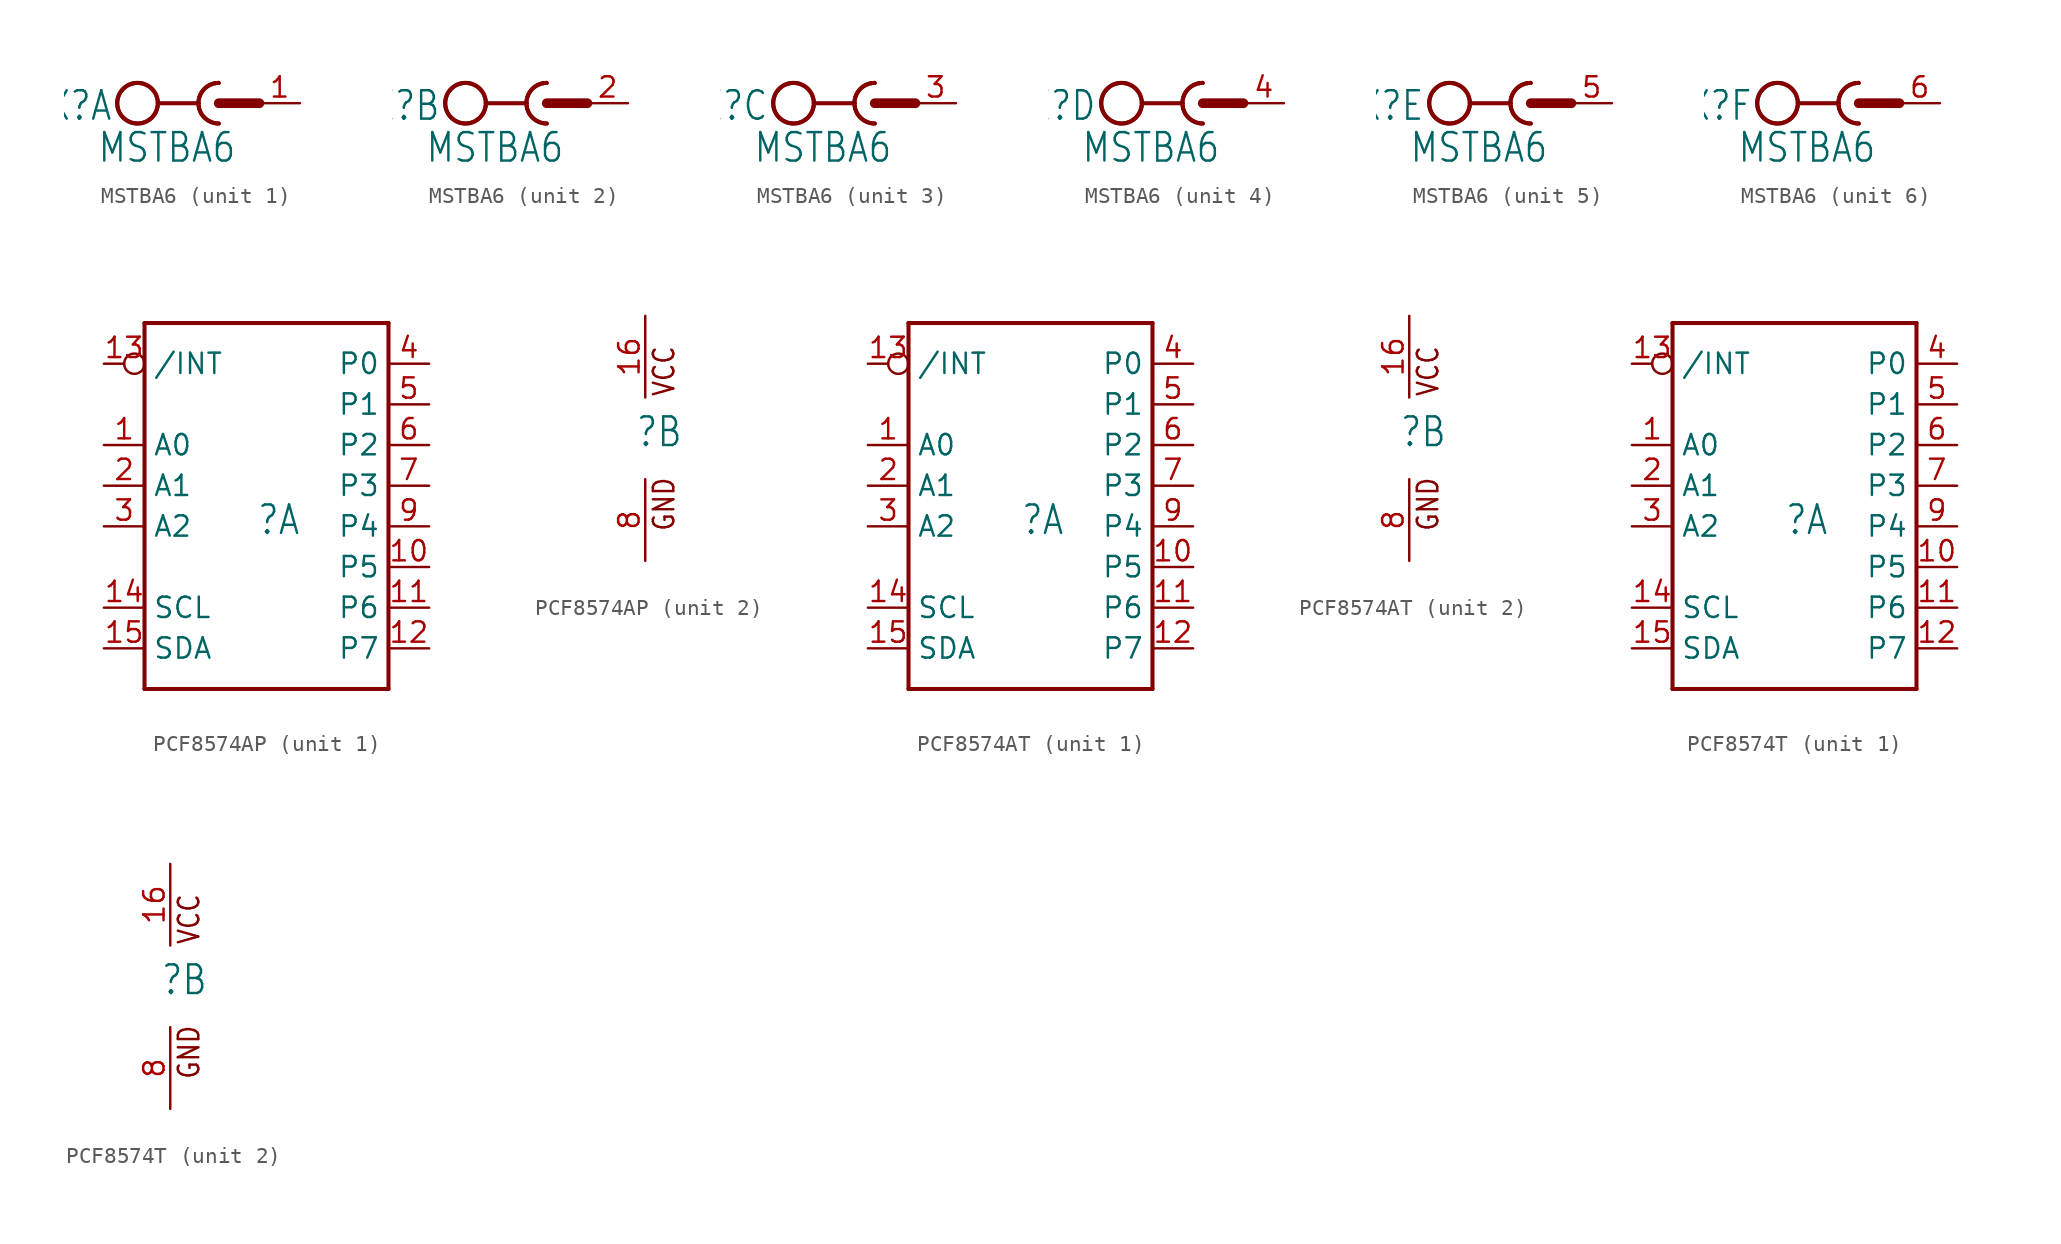
<source format=kicad_sym>
(kicad_symbol_lib
  (version 20220331)
  (generator kicad_symbol_editor)
  (symbol "MSTBA6"
    (property "Reference" "X"
      (at -6.604 0.889 0)
      (effects (font (size 1.778 1.511)) (justify right top)))
    (property "Value" "MSTBA6"
      (at -7.62 -3.81 0)
      (effects (font (size 1.778 1.511)) (justify left bottom)))
    (property "ki_locked" ""
      (at 0 0 0)
      (effects (font (size 1.27 1.27))))
    (symbol "MSTBA6_1_0"
      (circle (center -5.08 0) (radius 1.27) (stroke (width 0.254) (type solid)) (fill (type none)))
      (circle (center -5.08 0) (radius 1.27) (stroke (width 0.254) (type solid)) (fill (type none)))
      (arc (start -1.27 0) (mid -0.898 -0.898) (end 0 -1.27) (stroke (width 0.254) (type solid)) (fill (type none)))
      (polyline (pts (xy -3.81 0) (xy -1.27 0)) (stroke (width 0.254) (type solid)) (fill (type none)))
      (polyline (pts (xy 0 0) (xy 2.54 0)) (stroke (width 0.61) (type solid)) (fill (type none)))
      (arc (start 0 1.27) (mid -0.898 0.898) (end -1.27 0) (stroke (width 0.254) (type solid)) (fill (type none)))
      (arc (start 0 1.27) (mid -1.27 0) (end 0 -1.27) (stroke (width 0.254) (type solid)) (fill (type none)))
      (pin passive line (at 5.08 0 180) (length 2.54) (name "1" (effects (font (size 0 0)))) (number "1" (effects (font (size 1.27 1.27))))))
    (symbol "MSTBA6_2_0"
      (circle (center -5.08 0) (radius 1.27) (stroke (width 0.254) (type solid)) (fill (type none)))
      (circle (center -5.08 0) (radius 1.27) (stroke (width 0.254) (type solid)) (fill (type none)))
      (arc (start -1.27 0) (mid -0.898 -0.898) (end 0 -1.27) (stroke (width 0.254) (type solid)) (fill (type none)))
      (polyline (pts (xy -3.81 0) (xy -1.27 0)) (stroke (width 0.254) (type solid)) (fill (type none)))
      (polyline (pts (xy 0 0) (xy 2.54 0)) (stroke (width 0.61) (type solid)) (fill (type none)))
      (arc (start 0 1.27) (mid -0.898 0.898) (end -1.27 0) (stroke (width 0.254) (type solid)) (fill (type none)))
      (arc (start 0 1.27) (mid -1.27 0) (end 0 -1.27) (stroke (width 0.254) (type solid)) (fill (type none)))
      (pin passive line (at 5.08 0 180) (length 2.54) (name "1" (effects (font (size 0 0)))) (number "2" (effects (font (size 1.27 1.27))))))
    (symbol "MSTBA6_3_0"
      (circle (center -5.08 0) (radius 1.27) (stroke (width 0.254) (type solid)) (fill (type none)))
      (circle (center -5.08 0) (radius 1.27) (stroke (width 0.254) (type solid)) (fill (type none)))
      (arc (start -1.27 0) (mid -0.898 -0.898) (end 0 -1.27) (stroke (width 0.254) (type solid)) (fill (type none)))
      (polyline (pts (xy -3.81 0) (xy -1.27 0)) (stroke (width 0.254) (type solid)) (fill (type none)))
      (polyline (pts (xy 0 0) (xy 2.54 0)) (stroke (width 0.61) (type solid)) (fill (type none)))
      (arc (start 0 1.27) (mid -0.898 0.898) (end -1.27 0) (stroke (width 0.254) (type solid)) (fill (type none)))
      (arc (start 0 1.27) (mid -1.27 0) (end 0 -1.27) (stroke (width 0.254) (type solid)) (fill (type none)))
      (pin passive line (at 5.08 0 180) (length 2.54) (name "1" (effects (font (size 0 0)))) (number "3" (effects (font (size 1.27 1.27))))))
    (symbol "MSTBA6_4_0"
      (circle (center -5.08 0) (radius 1.27) (stroke (width 0.254) (type solid)) (fill (type none)))
      (circle (center -5.08 0) (radius 1.27) (stroke (width 0.254) (type solid)) (fill (type none)))
      (arc (start -1.27 0) (mid -0.898 -0.898) (end 0 -1.27) (stroke (width 0.254) (type solid)) (fill (type none)))
      (polyline (pts (xy -3.81 0) (xy -1.27 0)) (stroke (width 0.254) (type solid)) (fill (type none)))
      (polyline (pts (xy 0 0) (xy 2.54 0)) (stroke (width 0.61) (type solid)) (fill (type none)))
      (arc (start 0 1.27) (mid -0.898 0.898) (end -1.27 0) (stroke (width 0.254) (type solid)) (fill (type none)))
      (arc (start 0 1.27) (mid -1.27 0) (end 0 -1.27) (stroke (width 0.254) (type solid)) (fill (type none)))
      (pin passive line (at 5.08 0 180) (length 2.54) (name "1" (effects (font (size 0 0)))) (number "4" (effects (font (size 1.27 1.27))))))
    (symbol "MSTBA6_5_0"
      (circle (center -5.08 0) (radius 1.27) (stroke (width 0.254) (type solid)) (fill (type none)))
      (circle (center -5.08 0) (radius 1.27) (stroke (width 0.254) (type solid)) (fill (type none)))
      (arc (start -1.27 0) (mid -0.898 -0.898) (end 0 -1.27) (stroke (width 0.254) (type solid)) (fill (type none)))
      (polyline (pts (xy -3.81 0) (xy -1.27 0)) (stroke (width 0.254) (type solid)) (fill (type none)))
      (polyline (pts (xy 0 0) (xy 2.54 0)) (stroke (width 0.61) (type solid)) (fill (type none)))
      (arc (start 0 1.27) (mid -0.898 0.898) (end -1.27 0) (stroke (width 0.254) (type solid)) (fill (type none)))
      (arc (start 0 1.27) (mid -1.27 0) (end 0 -1.27) (stroke (width 0.254) (type solid)) (fill (type none)))
      (pin passive line (at 5.08 0 180) (length 2.54) (name "1" (effects (font (size 0 0)))) (number "5" (effects (font (size 1.27 1.27))))))
    (symbol "MSTBA6_6_0"
      (circle (center -5.08 0) (radius 1.27) (stroke (width 0.254) (type solid)) (fill (type none)))
      (circle (center -5.08 0) (radius 1.27) (stroke (width 0.254) (type solid)) (fill (type none)))
      (arc (start -1.27 0) (mid -0.898 -0.898) (end 0 -1.27) (stroke (width 0.254) (type solid)) (fill (type none)))
      (polyline (pts (xy -3.81 0) (xy -1.27 0)) (stroke (width 0.254) (type solid)) (fill (type none)))
      (polyline (pts (xy 0 0) (xy 2.54 0)) (stroke (width 0.61) (type solid)) (fill (type none)))
      (arc (start 0 1.27) (mid -0.898 0.898) (end -1.27 0) (stroke (width 0.254) (type solid)) (fill (type none)))
      (arc (start 0 1.27) (mid -1.27 0) (end 0 -1.27) (stroke (width 0.254) (type solid)) (fill (type none)))
      (pin passive line (at 5.08 0 180) (length 2.54) (name "1" (effects (font (size 0 0)))) (number "6" (effects (font (size 1.27 1.27)))))))
  (symbol "PCF8574AP"
    (property "Reference" ""
      (at -0.635 -0.635 0)
      (effects (font (size 1.778 1.511)) (justify left bottom)))
    (property "ki_locked" ""
      (at 0 0 0)
      (effects (font (size 1.27 1.27))))
    (symbol "PCF8574AP_1_0"
      (polyline (pts (xy -7.62 -10.16) (xy 7.62 -10.16)) (stroke (width 0.254) (type solid)) (fill (type none)))
      (polyline (pts (xy -7.62 12.7) (xy -7.62 -10.16)) (stroke (width 0.254) (type solid)) (fill (type none)))
      (polyline (pts (xy 7.62 -10.16) (xy 7.62 12.7)) (stroke (width 0.254) (type solid)) (fill (type none)))
      (polyline (pts (xy 7.62 12.7) (xy -7.62 12.7)) (stroke (width 0.254) (type solid)) (fill (type none)))
      (pin input line (at -10.16 5.08 0) (length 2.54) (name "A0" (effects (font (size 1.27 1.27)))) (number "1" (effects (font (size 1.27 1.27)))))
      (pin bidirectional line (at 10.16 -2.54 180) (length 2.54) (name "P5" (effects (font (size 1.27 1.27)))) (number "10" (effects (font (size 1.27 1.27)))))
      (pin bidirectional line (at 10.16 -5.08 180) (length 2.54) (name "P6" (effects (font (size 1.27 1.27)))) (number "11" (effects (font (size 1.27 1.27)))))
      (pin bidirectional line (at 10.16 -7.62 180) (length 2.54) (name "P7" (effects (font (size 1.27 1.27)))) (number "12" (effects (font (size 1.27 1.27)))))
      (pin output inverted (at -10.16 10.16 0) (length 2.54) (name "/INT" (effects (font (size 1.27 1.27)))) (number "13" (effects (font (size 1.27 1.27)))))
      (pin input line (at -10.16 -5.08 0) (length 2.54) (name "SCL" (effects (font (size 1.27 1.27)))) (number "14" (effects (font (size 1.27 1.27)))))
      (pin bidirectional line (at -10.16 -7.62 0) (length 2.54) (name "SDA" (effects (font (size 1.27 1.27)))) (number "15" (effects (font (size 1.27 1.27)))))
      (pin input line (at -10.16 2.54 0) (length 2.54) (name "A1" (effects (font (size 1.27 1.27)))) (number "2" (effects (font (size 1.27 1.27)))))
      (pin input line (at -10.16 0 0) (length 2.54) (name "A2" (effects (font (size 1.27 1.27)))) (number "3" (effects (font (size 1.27 1.27)))))
      (pin bidirectional line (at 10.16 10.16 180) (length 2.54) (name "P0" (effects (font (size 1.27 1.27)))) (number "4" (effects (font (size 1.27 1.27)))))
      (pin bidirectional line (at 10.16 7.62 180) (length 2.54) (name "P1" (effects (font (size 1.27 1.27)))) (number "5" (effects (font (size 1.27 1.27)))))
      (pin bidirectional line (at 10.16 5.08 180) (length 2.54) (name "P2" (effects (font (size 1.27 1.27)))) (number "6" (effects (font (size 1.27 1.27)))))
      (pin bidirectional line (at 10.16 2.54 180) (length 2.54) (name "P3" (effects (font (size 1.27 1.27)))) (number "7" (effects (font (size 1.27 1.27)))))
      (pin bidirectional line (at 10.16 0 180) (length 2.54) (name "P4" (effects (font (size 1.27 1.27)))) (number "9" (effects (font (size 1.27 1.27))))))
    (symbol "PCF8574AP_2_0"
      (text "GND" (at 1.905 -5.842 900) (effects (font (size 1.27 1.079)) (justify left bottom)))
      (text "VCC" (at 1.905 2.54 900) (effects (font (size 1.27 1.079)) (justify left bottom)))
      (pin power_in line (at 0 7.62 270) (length 5.08) (name "VCC" (effects (font (size 0 0)))) (number "16" (effects (font (size 1.27 1.27)))))
      (pin power_in line (at 0 -7.62 90) (length 5.08) (name "GND" (effects (font (size 0 0)))) (number "8" (effects (font (size 1.27 1.27)))))))
  (symbol "PCF8574AT"
    (property "Reference" ""
      (at -0.635 -0.635 0)
      (effects (font (size 1.778 1.511)) (justify left bottom)))
    (property "ki_locked" ""
      (at 0 0 0)
      (effects (font (size 1.27 1.27))))
    (symbol "PCF8574AT_1_0"
      (polyline (pts (xy -7.62 -10.16) (xy 7.62 -10.16)) (stroke (width 0.254) (type solid)) (fill (type none)))
      (polyline (pts (xy -7.62 12.7) (xy -7.62 -10.16)) (stroke (width 0.254) (type solid)) (fill (type none)))
      (polyline (pts (xy 7.62 -10.16) (xy 7.62 12.7)) (stroke (width 0.254) (type solid)) (fill (type none)))
      (polyline (pts (xy 7.62 12.7) (xy -7.62 12.7)) (stroke (width 0.254) (type solid)) (fill (type none)))
      (pin input line (at -10.16 5.08 0) (length 2.54) (name "A0" (effects (font (size 1.27 1.27)))) (number "1" (effects (font (size 1.27 1.27)))))
      (pin bidirectional line (at 10.16 -2.54 180) (length 2.54) (name "P5" (effects (font (size 1.27 1.27)))) (number "10" (effects (font (size 1.27 1.27)))))
      (pin bidirectional line (at 10.16 -5.08 180) (length 2.54) (name "P6" (effects (font (size 1.27 1.27)))) (number "11" (effects (font (size 1.27 1.27)))))
      (pin bidirectional line (at 10.16 -7.62 180) (length 2.54) (name "P7" (effects (font (size 1.27 1.27)))) (number "12" (effects (font (size 1.27 1.27)))))
      (pin output inverted (at -10.16 10.16 0) (length 2.54) (name "/INT" (effects (font (size 1.27 1.27)))) (number "13" (effects (font (size 1.27 1.27)))))
      (pin input line (at -10.16 -5.08 0) (length 2.54) (name "SCL" (effects (font (size 1.27 1.27)))) (number "14" (effects (font (size 1.27 1.27)))))
      (pin bidirectional line (at -10.16 -7.62 0) (length 2.54) (name "SDA" (effects (font (size 1.27 1.27)))) (number "15" (effects (font (size 1.27 1.27)))))
      (pin input line (at -10.16 2.54 0) (length 2.54) (name "A1" (effects (font (size 1.27 1.27)))) (number "2" (effects (font (size 1.27 1.27)))))
      (pin input line (at -10.16 0 0) (length 2.54) (name "A2" (effects (font (size 1.27 1.27)))) (number "3" (effects (font (size 1.27 1.27)))))
      (pin bidirectional line (at 10.16 10.16 180) (length 2.54) (name "P0" (effects (font (size 1.27 1.27)))) (number "4" (effects (font (size 1.27 1.27)))))
      (pin bidirectional line (at 10.16 7.62 180) (length 2.54) (name "P1" (effects (font (size 1.27 1.27)))) (number "5" (effects (font (size 1.27 1.27)))))
      (pin bidirectional line (at 10.16 5.08 180) (length 2.54) (name "P2" (effects (font (size 1.27 1.27)))) (number "6" (effects (font (size 1.27 1.27)))))
      (pin bidirectional line (at 10.16 2.54 180) (length 2.54) (name "P3" (effects (font (size 1.27 1.27)))) (number "7" (effects (font (size 1.27 1.27)))))
      (pin bidirectional line (at 10.16 0 180) (length 2.54) (name "P4" (effects (font (size 1.27 1.27)))) (number "9" (effects (font (size 1.27 1.27))))))
    (symbol "PCF8574AT_2_0"
      (text "GND" (at 1.905 -5.842 900) (effects (font (size 1.27 1.079)) (justify left bottom)))
      (text "VCC" (at 1.905 2.54 900) (effects (font (size 1.27 1.079)) (justify left bottom)))
      (pin power_in line (at 0 7.62 270) (length 5.08) (name "VCC" (effects (font (size 0 0)))) (number "16" (effects (font (size 1.27 1.27)))))
      (pin power_in line (at 0 -7.62 90) (length 5.08) (name "GND" (effects (font (size 0 0)))) (number "8" (effects (font (size 1.27 1.27)))))))
  (symbol "PCF8574T"
    (property "Reference" ""
      (at -0.635 -0.635 0)
      (effects (font (size 1.778 1.511)) (justify left bottom)))
    (property "ki_locked" ""
      (at 0 0 0)
      (effects (font (size 1.27 1.27))))
    (symbol "PCF8574T_1_0"
      (polyline (pts (xy -7.62 -10.16) (xy 7.62 -10.16)) (stroke (width 0.254) (type solid)) (fill (type none)))
      (polyline (pts (xy -7.62 12.7) (xy -7.62 -10.16)) (stroke (width 0.254) (type solid)) (fill (type none)))
      (polyline (pts (xy 7.62 -10.16) (xy 7.62 12.7)) (stroke (width 0.254) (type solid)) (fill (type none)))
      (polyline (pts (xy 7.62 12.7) (xy -7.62 12.7)) (stroke (width 0.254) (type solid)) (fill (type none)))
      (pin input line (at -10.16 5.08 0) (length 2.54) (name "A0" (effects (font (size 1.27 1.27)))) (number "1" (effects (font (size 1.27 1.27)))))
      (pin bidirectional line (at 10.16 -2.54 180) (length 2.54) (name "P5" (effects (font (size 1.27 1.27)))) (number "10" (effects (font (size 1.27 1.27)))))
      (pin bidirectional line (at 10.16 -5.08 180) (length 2.54) (name "P6" (effects (font (size 1.27 1.27)))) (number "11" (effects (font (size 1.27 1.27)))))
      (pin bidirectional line (at 10.16 -7.62 180) (length 2.54) (name "P7" (effects (font (size 1.27 1.27)))) (number "12" (effects (font (size 1.27 1.27)))))
      (pin output inverted (at -10.16 10.16 0) (length 2.54) (name "/INT" (effects (font (size 1.27 1.27)))) (number "13" (effects (font (size 1.27 1.27)))))
      (pin input line (at -10.16 -5.08 0) (length 2.54) (name "SCL" (effects (font (size 1.27 1.27)))) (number "14" (effects (font (size 1.27 1.27)))))
      (pin bidirectional line (at -10.16 -7.62 0) (length 2.54) (name "SDA" (effects (font (size 1.27 1.27)))) (number "15" (effects (font (size 1.27 1.27)))))
      (pin input line (at -10.16 2.54 0) (length 2.54) (name "A1" (effects (font (size 1.27 1.27)))) (number "2" (effects (font (size 1.27 1.27)))))
      (pin input line (at -10.16 0 0) (length 2.54) (name "A2" (effects (font (size 1.27 1.27)))) (number "3" (effects (font (size 1.27 1.27)))))
      (pin bidirectional line (at 10.16 10.16 180) (length 2.54) (name "P0" (effects (font (size 1.27 1.27)))) (number "4" (effects (font (size 1.27 1.27)))))
      (pin bidirectional line (at 10.16 7.62 180) (length 2.54) (name "P1" (effects (font (size 1.27 1.27)))) (number "5" (effects (font (size 1.27 1.27)))))
      (pin bidirectional line (at 10.16 5.08 180) (length 2.54) (name "P2" (effects (font (size 1.27 1.27)))) (number "6" (effects (font (size 1.27 1.27)))))
      (pin bidirectional line (at 10.16 2.54 180) (length 2.54) (name "P3" (effects (font (size 1.27 1.27)))) (number "7" (effects (font (size 1.27 1.27)))))
      (pin bidirectional line (at 10.16 0 180) (length 2.54) (name "P4" (effects (font (size 1.27 1.27)))) (number "9" (effects (font (size 1.27 1.27))))))
    (symbol "PCF8574T_2_0"
      (text "GND" (at 1.905 -5.842 900) (effects (font (size 1.27 1.079)) (justify left bottom)))
      (text "VCC" (at 1.905 2.54 900) (effects (font (size 1.27 1.079)) (justify left bottom)))
      (pin power_in line (at 0 7.62 270) (length 5.08) (name "VCC" (effects (font (size 0 0)))) (number "16" (effects (font (size 1.27 1.27)))))
      (pin power_in line (at 0 -7.62 90) (length 5.08) (name "GND" (effects (font (size 0 0)))) (number "8" (effects (font (size 1.27 1.27))))))))
</source>
